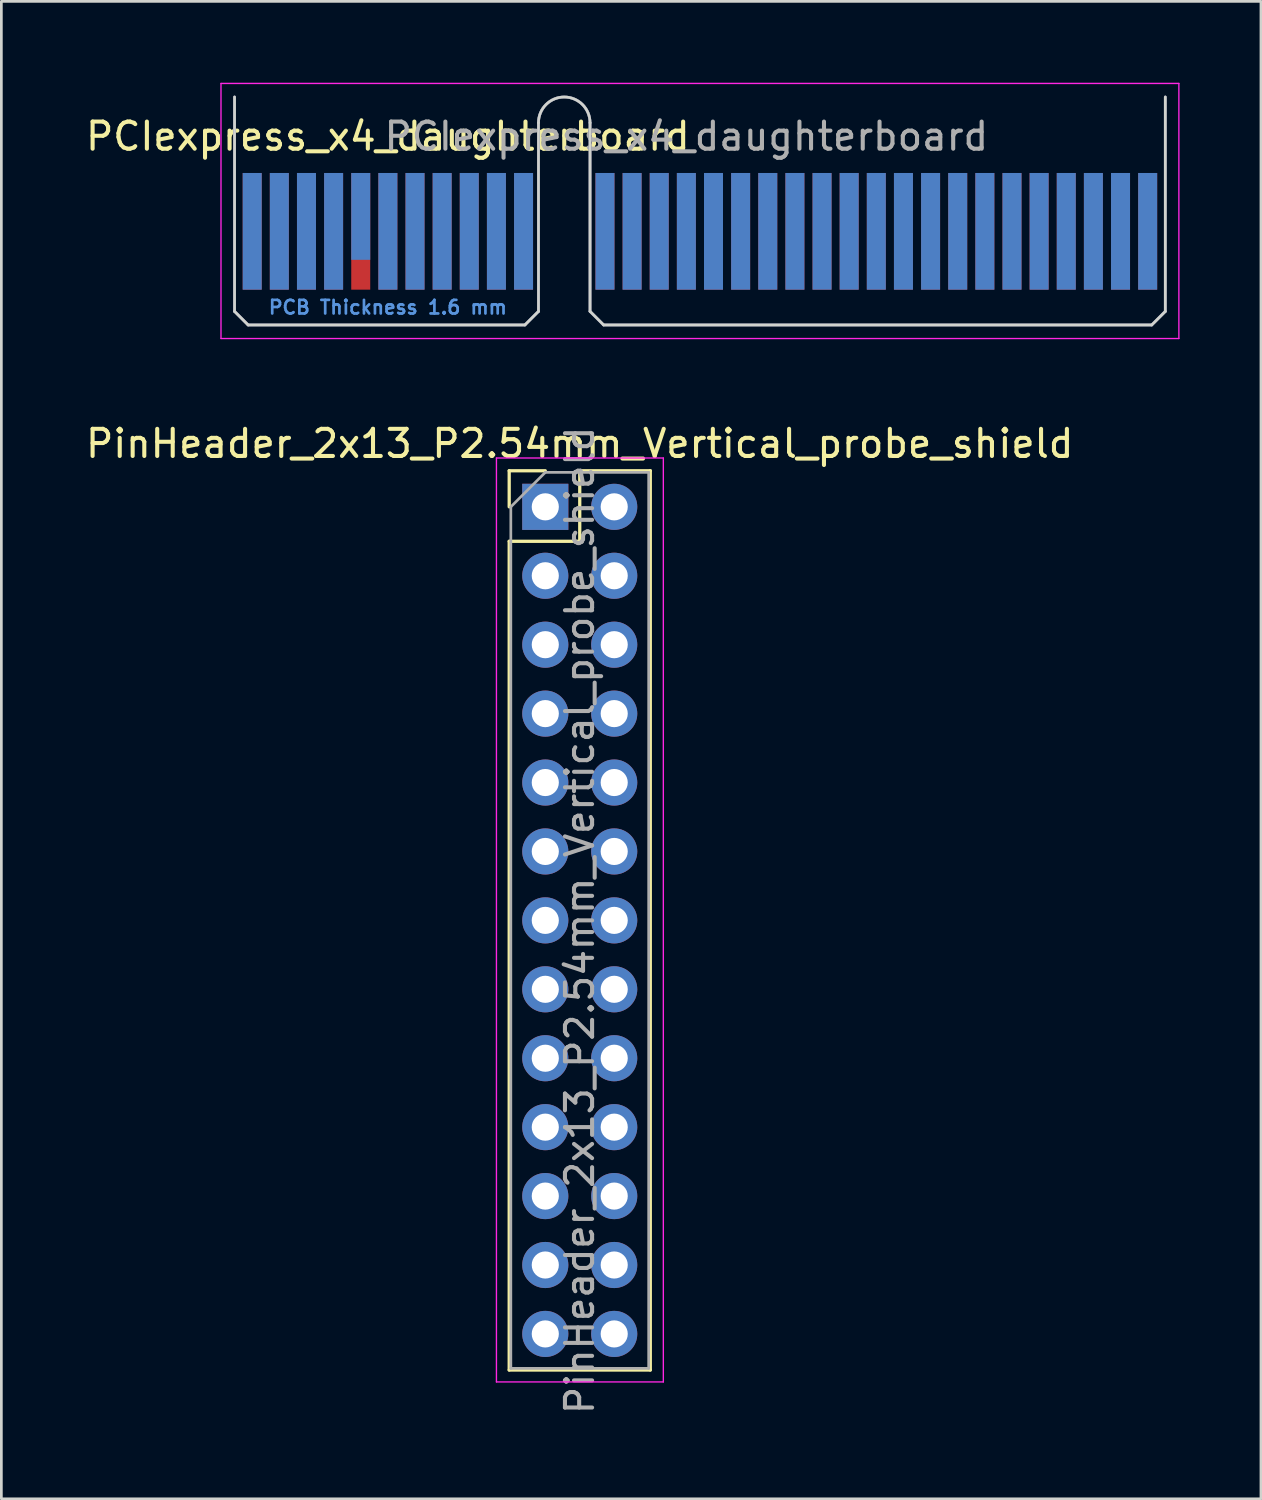
<source format=kicad_pcb>
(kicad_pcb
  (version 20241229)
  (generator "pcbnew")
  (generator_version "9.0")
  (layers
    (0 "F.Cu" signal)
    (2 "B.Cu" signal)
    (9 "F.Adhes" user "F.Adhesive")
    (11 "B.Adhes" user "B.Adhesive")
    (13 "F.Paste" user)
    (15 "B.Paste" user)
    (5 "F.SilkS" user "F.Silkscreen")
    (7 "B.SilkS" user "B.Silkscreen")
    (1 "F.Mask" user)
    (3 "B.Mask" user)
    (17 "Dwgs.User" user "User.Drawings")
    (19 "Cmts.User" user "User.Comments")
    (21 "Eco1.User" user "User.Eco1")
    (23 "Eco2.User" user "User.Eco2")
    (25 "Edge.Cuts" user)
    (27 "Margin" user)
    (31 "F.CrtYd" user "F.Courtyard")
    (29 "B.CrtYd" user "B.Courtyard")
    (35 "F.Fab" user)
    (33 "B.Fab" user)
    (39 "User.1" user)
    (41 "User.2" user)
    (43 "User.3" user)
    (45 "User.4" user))
  (footprint "PinHeader_2x13_P2.54mm_Vertical_probe_shield"
    (layer "F.Cu")
    (at 17.045 15.628)
    (property "Reference" "PinHeader_2x13_P2.54mm_Vertical_probe_shield" (at 1.27 -2.33 0) (layer "F.SilkS") (effects (font (size 1 1) (thickness 0.15))))
    (attr through_hole)
    (fp_line (start -1.33 -1.33) (end 0 -1.33) (stroke (width 0.12) (type solid)) (layer "F.SilkS"))
    (fp_line (start -1.33 0) (end -1.33 -1.33) (stroke (width 0.12) (type solid)) (layer "F.SilkS"))
    (fp_line (start -1.33 1.27) (end -1.33 31.81) (stroke (width 0.12) (type solid)) (layer "F.SilkS"))
    (fp_line (start -1.33 1.27) (end 1.27 1.27) (stroke (width 0.12) (type solid)) (layer "F.SilkS"))
    (fp_line (start -1.33 31.81) (end 3.87 31.81) (stroke (width 0.12) (type solid)) (layer "F.SilkS"))
    (fp_line (start 1.27 -1.33) (end 3.87 -1.33) (stroke (width 0.12) (type solid)) (layer "F.SilkS"))
    (fp_line (start 1.27 1.27) (end 1.27 -1.33) (stroke (width 0.12) (type solid)) (layer "F.SilkS"))
    (fp_line (start 3.87 -1.33) (end 3.87 31.81) (stroke (width 0.12) (type solid)) (layer "F.SilkS"))
    (fp_line (start -1.8 -1.8) (end -1.8 32.25) (stroke (width 0.05) (type solid)) (layer "F.CrtYd"))
    (fp_line (start -1.8 32.25) (end 4.35 32.25) (stroke (width 0.05) (type solid)) (layer "F.CrtYd"))
    (fp_line (start 4.35 -1.8) (end -1.8 -1.8) (stroke (width 0.05) (type solid)) (layer "F.CrtYd"))
    (fp_line (start 4.35 32.25) (end 4.35 -1.8) (stroke (width 0.05) (type solid)) (layer "F.CrtYd"))
    (fp_line (start -1.27 0) (end 0 -1.27) (stroke (width 0.1) (type solid)) (layer "F.Fab"))
    (fp_line (start -1.27 31.75) (end -1.27 0) (stroke (width 0.1) (type solid)) (layer "F.Fab"))
    (fp_line (start 0 -1.27) (end 3.81 -1.27) (stroke (width 0.1) (type solid)) (layer "F.Fab"))
    (fp_line (start 3.81 -1.27) (end 3.81 31.75) (stroke (width 0.1) (type solid)) (layer "F.Fab"))
    (fp_line (start 3.81 31.75) (end -1.27 31.75) (stroke (width 0.1) (type solid)) (layer "F.Fab"))
    (fp_text user "${REFERENCE}" (at 1.27 15.24 90) (layer "F.Fab") (effects (font (size 1 1) (thickness 0.15))))
    (pad "1" thru_hole rect (at 0 0) (size 1.7 1.7) (drill 1) (layers "*.Cu" "*.Mask"))
    (pad "2" thru_hole oval (at 2.54 0) (size 1.7 1.7) (drill 1) (layers "*.Cu" "*.Mask"))
    (pad "3" thru_hole oval (at 0 2.54) (size 1.7 1.7) (drill 1) (layers "*.Cu" "*.Mask"))
    (pad "4" thru_hole oval (at 2.54 2.54) (size 1.7 1.7) (drill 1) (layers "*.Cu" "*.Mask"))
    (pad "5" thru_hole oval (at 0 5.08) (size 1.7 1.7) (drill 1) (layers "*.Cu" "*.Mask"))
    (pad "6" thru_hole oval (at 2.54 5.08) (size 1.7 1.7) (drill 1) (layers "*.Cu" "*.Mask"))
    (pad "7" thru_hole oval (at 0 7.62) (size 1.7 1.7) (drill 1) (layers "*.Cu" "*.Mask"))
    (pad "8" thru_hole oval (at 2.54 7.62) (size 1.7 1.7) (drill 1) (layers "*.Cu" "*.Mask"))
    (pad "9" thru_hole oval (at 0 10.16) (size 1.7 1.7) (drill 1) (layers "*.Cu" "*.Mask"))
    (pad "10" thru_hole oval (at 2.54 10.16) (size 1.7 1.7) (drill 1) (layers "*.Cu" "*.Mask"))
    (pad "11" thru_hole oval (at 0 12.7) (size 1.7 1.7) (drill 1) (layers "*.Cu" "*.Mask"))
    (pad "12" thru_hole oval (at 2.54 12.7) (size 1.7 1.7) (drill 1) (layers "*.Cu" "*.Mask"))
    (pad "13" thru_hole oval (at 0 15.24) (size 1.7 1.7) (drill 1) (layers "*.Cu" "*.Mask"))
    (pad "14" thru_hole oval (at 2.54 15.24) (size 1.7 1.7) (drill 1) (layers "*.Cu" "*.Mask"))
    (pad "15" thru_hole oval (at 0 17.78) (size 1.7 1.7) (drill 1) (layers "*.Cu" "*.Mask"))
    (pad "16" thru_hole oval (at 2.54 17.78) (size 1.7 1.7) (drill 1) (layers "*.Cu" "*.Mask"))
    (pad "17" thru_hole oval (at 0 20.32) (size 1.7 1.7) (drill 1) (layers "*.Cu" "*.Mask"))
    (pad "18" thru_hole oval (at 2.54 20.32) (size 1.7 1.7) (drill 1) (layers "*.Cu" "*.Mask"))
    (pad "19" thru_hole oval (at 0 22.86) (size 1.7 1.7) (drill 1) (layers "*.Cu" "*.Mask"))
    (pad "20" thru_hole oval (at 2.54 22.86) (size 1.7 1.7) (drill 1) (layers "*.Cu" "*.Mask"))
    (pad "21" thru_hole oval (at 0 25.4) (size 1.7 1.7) (drill 1) (layers "*.Cu" "*.Mask"))
    (pad "22" thru_hole oval (at 2.54 25.4) (size 1.7 1.7) (drill 1) (layers "*.Cu" "*.Mask"))
    (pad "23" thru_hole oval (at 0 27.94) (size 1.7 1.7) (drill 1) (layers "*.Cu" "*.Mask"))
    (pad "24" thru_hole oval (at 2.54 27.94) (size 1.7 1.7) (drill 1) (layers "*.Cu" "*.Mask"))
    (pad "25" thru_hole oval (at 0 30.48) (size 1.7 1.7) (drill 1) (layers "*.Cu" "*.Mask"))
    (pad "26" thru_hole oval (at 2.54 30.48) (size 1.7 1.7) (drill 1) (layers "*.Cu" "*.Mask")))
  (footprint "PCIexpress_x4_daughterboard"
    (layer "F.Cu")
    (at 6.244 5.475)
    (property "Reference" "PCIexpress_x4_daughterboard" (at 5 -3.5 0) (layer "F.SilkS") (effects (font (size 1 1) (thickness 0.15))))
    (attr exclude_from_pos_files exclude_from_bom)
    (fp_line (start -0.65 -4.95) (end -0.65 2.95) (stroke (width 0.1) (type solid)) (layer "Edge.Cuts"))
    (fp_line (start -0.65 2.95) (end -0.15 3.45) (stroke (width 0.1) (type solid)) (layer "Edge.Cuts"))
    (fp_line (start -0.15 3.45) (end 10.05 3.45) (stroke (width 0.1) (type solid)) (layer "Edge.Cuts"))
    (fp_line (start 10.55 -4) (end 10.55 2.95) (stroke (width 0.1) (type solid)) (layer "Edge.Cuts"))
    (fp_line (start 10.55 2.95) (end 10.05 3.45) (stroke (width 0.1) (type solid)) (layer "Edge.Cuts"))
    (fp_line (start 12.45 -4) (end 12.45 2.95) (stroke (width 0.1) (type solid)) (layer "Edge.Cuts"))
    (fp_line (start 12.45 2.95) (end 12.95 3.45) (stroke (width 0.1) (type solid)) (layer "Edge.Cuts"))
    (fp_line (start 12.95 3.45) (end 33.15 3.45) (stroke (width 0.1) (type solid)) (layer "Edge.Cuts"))
    (fp_line (start 33.65 -4.95) (end 33.65 2.95) (stroke (width 0.1) (type solid)) (layer "Edge.Cuts"))
    (fp_line (start 33.65 2.95) (end 33.15 3.45) (stroke (width 0.1) (type solid)) (layer "Edge.Cuts"))
    (fp_arc (start 10.55 -4) (mid 11.5 -4.95) (end 12.45 -4) (stroke (width 0.1) (type solid)) (layer "Edge.Cuts"))
    (fp_line (start -1.15 -5.45) (end -1.15 3.95) (stroke (width 0.05) (type solid)) (layer "F.CrtYd"))
    (fp_line (start -1.15 -5.45) (end 34.15 -5.45) (stroke (width 0.05) (type solid)) (layer "F.CrtYd"))
    (fp_line (start 34.15 3.95) (end -1.15 3.95) (stroke (width 0.05) (type solid)) (layer "F.CrtYd"))
    (fp_line (start 34.15 3.95) (end 34.15 -5.45) (stroke (width 0.05) (type solid)) (layer "F.CrtYd"))
    (fp_line (start -0.65 -4.95) (end -0.65 2.95) (stroke (width 0.1) (type solid)) (layer "B.Fab"))
    (fp_line (start -0.65 2.95) (end -0.15 3.45) (stroke (width 0.1) (type solid)) (layer "B.Fab"))
    (fp_line (start -0.15 3.45) (end 10.05 3.45) (stroke (width 0.1) (type solid)) (layer "B.Fab"))
    (fp_line (start 10.55 -4) (end 10.55 2.95) (stroke (width 0.1) (type solid)) (layer "B.Fab"))
    (fp_line (start 10.55 2.95) (end 10.05 3.45) (stroke (width 0.1) (type solid)) (layer "B.Fab"))
    (fp_line (start 12.45 -4) (end 12.45 2.95) (stroke (width 0.1) (type solid)) (layer "B.Fab"))
    (fp_line (start 12.45 2.95) (end 12.95 3.45) (stroke (width 0.1) (type solid)) (layer "B.Fab"))
    (fp_line (start 12.95 3.45) (end 33.15 3.45) (stroke (width 0.1) (type solid)) (layer "B.Fab"))
    (fp_line (start 33.65 -4.95) (end 33.65 2.95) (stroke (width 0.1) (type solid)) (layer "B.Fab"))
    (fp_line (start 33.65 2.95) (end 33.15 3.45) (stroke (width 0.1) (type solid)) (layer "B.Fab"))
    (fp_arc (start 10.55 -4) (mid 11.5 -4.95) (end 12.45 -4) (stroke (width 0.1) (type solid)) (layer "B.Fab"))
    (fp_line (start -0.65 -4.95) (end -0.65 2.95) (stroke (width 0.1) (type solid)) (layer "F.Fab"))
    (fp_line (start -0.65 2.95) (end -0.15 3.45) (stroke (width 0.1) (type solid)) (layer "F.Fab"))
    (fp_line (start -0.15 3.45) (end 10.05 3.45) (stroke (width 0.1) (type solid)) (layer "F.Fab"))
    (fp_line (start 10.55 -4) (end 10.55 2.95) (stroke (width 0.1) (type solid)) (layer "F.Fab"))
    (fp_line (start 10.55 2.95) (end 10.05 3.45) (stroke (width 0.1) (type solid)) (layer "F.Fab"))
    (fp_line (start 12.45 -4) (end 12.45 2.95) (stroke (width 0.1) (type solid)) (layer "F.Fab"))
    (fp_line (start 12.45 2.95) (end 12.95 3.45) (stroke (width 0.1) (type solid)) (layer "F.Fab"))
    (fp_line (start 12.95 3.45) (end 33.15 3.45) (stroke (width 0.1) (type solid)) (layer "F.Fab"))
    (fp_line (start 33.65 -4.95) (end 33.65 2.95) (stroke (width 0.1) (type solid)) (layer "F.Fab"))
    (fp_line (start 33.65 2.95) (end 33.15 3.45) (stroke (width 0.1) (type solid)) (layer "F.Fab"))
    (fp_arc (start 10.55 -4) (mid 11.5 -4.95) (end 12.45 -4) (stroke (width 0.1) (type solid)) (layer "F.Fab"))
    (fp_text user "PCB Thickness 1.6 mm" (at 5 2.8 180) (layer "Cmts.User") (effects (font (size 0.5 0.5) (thickness 0.1))))
    (fp_text user "${REFERENCE}" (at 16 -3.5 0) (layer "F.Fab") (effects (font (size 1 1) (thickness 0.15))))
    (pad "A01" connect rect (at 0 0) (size 0.7 4.3) (layers "B.Cu" "B.Mask"))
    (pad "A02" connect rect (at 1 0) (size 0.7 4.3) (layers "B.Cu" "B.Mask"))
    (pad "A03" connect rect (at 2 0) (size 0.7 4.3) (layers "B.Cu" "B.Mask"))
    (pad "A04" connect rect (at 3 0) (size 0.7 4.3) (layers "B.Cu" "B.Mask"))
    (pad "A05" connect rect (at 4 -0.55) (size 0.7 3.2) (layers "B.Cu" "B.Mask"))
    (pad "A06" connect rect (at 5 0) (size 0.7 4.3) (layers "B.Cu" "B.Mask"))
    (pad "A07" connect rect (at 6 0) (size 0.7 4.3) (layers "B.Cu" "B.Mask"))
    (pad "A08" connect rect (at 7 0) (size 0.7 4.3) (layers "B.Cu" "B.Mask"))
    (pad "A09" connect rect (at 8 0) (size 0.7 4.3) (layers "B.Cu" "B.Mask"))
    (pad "A10" connect rect (at 9 0) (size 0.7 4.3) (layers "B.Cu" "B.Mask"))
    (pad "A11" connect rect (at 10 0) (size 0.7 4.3) (layers "B.Cu" "B.Mask"))
    (pad "A12" connect rect (at 13 0) (size 0.7 4.3) (layers "B.Cu" "B.Mask"))
    (pad "A13" connect rect (at 14 0) (size 0.7 4.3) (layers "B.Cu" "B.Mask"))
    (pad "A14" connect rect (at 15 0) (size 0.7 4.3) (layers "B.Cu" "B.Mask"))
    (pad "A15" connect rect (at 16 0) (size 0.7 4.3) (layers "B.Cu" "B.Mask"))
    (pad "A16" connect rect (at 17 0) (size 0.7 4.3) (layers "B.Cu" "B.Mask"))
    (pad "A17" connect rect (at 18 0) (size 0.7 4.3) (layers "B.Cu" "B.Mask"))
    (pad "A18" connect rect (at 19 0) (size 0.7 4.3) (layers "B.Cu" "B.Mask"))
    (pad "A19" connect rect (at 20 0) (size 0.7 4.3) (layers "B.Cu" "B.Mask"))
    (pad "A20" connect rect (at 21 0) (size 0.7 4.3) (layers "B.Cu" "B.Mask"))
    (pad "A21" connect rect (at 22 0) (size 0.7 4.3) (layers "B.Cu" "B.Mask"))
    (pad "A22" connect rect (at 23 0) (size 0.7 4.3) (layers "B.Cu" "B.Mask"))
    (pad "A23" connect rect (at 24 0) (size 0.7 4.3) (layers "B.Cu" "B.Mask"))
    (pad "A24" connect rect (at 25 0) (size 0.7 4.3) (layers "B.Cu" "B.Mask"))
    (pad "A25" connect rect (at 26 0) (size 0.7 4.3) (layers "B.Cu" "B.Mask"))
    (pad "A26" connect rect (at 27 0) (size 0.7 4.3) (layers "B.Cu" "B.Mask"))
    (pad "A27" connect rect (at 28 0) (size 0.7 4.3) (layers "B.Cu" "B.Mask"))
    (pad "A28" connect rect (at 29 0) (size 0.7 4.3) (layers "B.Cu" "B.Mask"))
    (pad "A29" connect rect (at 30 0) (size 0.7 4.3) (layers "B.Cu" "B.Mask"))
    (pad "A30" connect rect (at 31 0) (size 0.7 4.3) (layers "B.Cu" "B.Mask"))
    (pad "A31" connect rect (at 32 0) (size 0.7 4.3) (layers "B.Cu" "B.Mask"))
    (pad "A32" connect rect (at 33 0) (size 0.7 4.3) (layers "B.Cu" "B.Mask"))
    (pad "B01" connect rect (at 0 0) (size 0.7 4.3) (layers "F.Cu" "F.Mask"))
    (pad "B02" connect rect (at 1 0) (size 0.7 4.3) (layers "F.Cu" "F.Mask"))
    (pad "B03" connect rect (at 2 0) (size 0.7 4.3) (layers "F.Cu" "F.Mask"))
    (pad "B04" connect rect (at 3 0) (size 0.7 4.3) (layers "F.Cu" "F.Mask"))
    (pad "B05" connect rect (at 4 0) (size 0.7 4.3) (layers "F.Cu" "F.Mask"))
    (pad "B06" connect rect (at 5 0) (size 0.7 4.3) (layers "F.Cu" "F.Mask"))
    (pad "B07" connect rect (at 6 0) (size 0.7 4.3) (layers "F.Cu" "F.Mask"))
    (pad "B08" connect rect (at 7 0) (size 0.7 4.3) (layers "F.Cu" "F.Mask"))
    (pad "B09" connect rect (at 8 0) (size 0.7 4.3) (layers "F.Cu" "F.Mask"))
    (pad "B10" connect rect (at 9 0) (size 0.7 4.3) (layers "F.Cu" "F.Mask"))
    (pad "B11" connect rect (at 10 0) (size 0.7 4.3) (layers "F.Cu" "F.Mask"))
    (pad "B12" connect rect (at 13 0) (size 0.7 4.3) (layers "F.Cu" "F.Mask"))
    (pad "B13" connect rect (at 14 0) (size 0.7 4.3) (layers "F.Cu" "F.Mask"))
    (pad "B14" connect rect (at 15 0) (size 0.7 4.3) (layers "F.Cu" "F.Mask"))
    (pad "B15" connect rect (at 16 0) (size 0.7 4.3) (layers "F.Cu" "F.Mask"))
    (pad "B16" connect rect (at 17 0) (size 0.7 4.3) (layers "F.Cu" "F.Mask"))
    (pad "B17" connect rect (at 18 0) (size 0.7 4.3) (layers "F.Cu" "F.Mask"))
    (pad "B18" connect rect (at 19 0) (size 0.7 4.3) (layers "F.Cu" "F.Mask"))
    (pad "B19" connect rect (at 20 0) (size 0.7 4.3) (layers "F.Cu" "F.Mask"))
    (pad "B20" connect rect (at 21 0) (size 0.7 4.3) (layers "F.Cu" "F.Mask"))
    (pad "B21" connect rect (at 22 0) (size 0.7 4.3) (layers "F.Cu" "F.Mask"))
    (pad "B22" connect rect (at 23 0) (size 0.7 4.3) (layers "F.Cu" "F.Mask"))
    (pad "B23" connect rect (at 24 0) (size 0.7 4.3) (layers "F.Cu" "F.Mask"))
    (pad "B24" connect rect (at 25 0) (size 0.7 4.3) (layers "F.Cu" "F.Mask"))
    (pad "B25" connect rect (at 26 0) (size 0.7 4.3) (layers "F.Cu" "F.Mask"))
    (pad "B26" connect rect (at 27 0) (size 0.7 4.3) (layers "F.Cu" "F.Mask"))
    (pad "B27" connect rect (at 28 0) (size 0.7 4.3) (layers "F.Cu" "F.Mask"))
    (pad "B28" connect rect (at 29 0) (size 0.7 4.3) (layers "F.Cu" "F.Mask"))
    (pad "B29" connect rect (at 30 0) (size 0.7 4.3) (layers "F.Cu" "F.Mask"))
    (pad "B30" connect rect (at 31 0) (size 0.7 4.3) (layers "F.Cu" "F.Mask"))
    (pad "B31" connect rect (at 32 0) (size 0.7 4.3) (layers "F.Cu" "F.Mask"))
    (pad "B32" connect rect (at 33 0) (size 0.7 4.3) (layers "F.Cu" "F.Mask")))
  (gr_rect
    (start -3 -3)
    (end 43.419 52.184)
    (stroke (width 0.1) (type default))
    (fill no)
    (layer "Edge.Cuts")))
</source>
